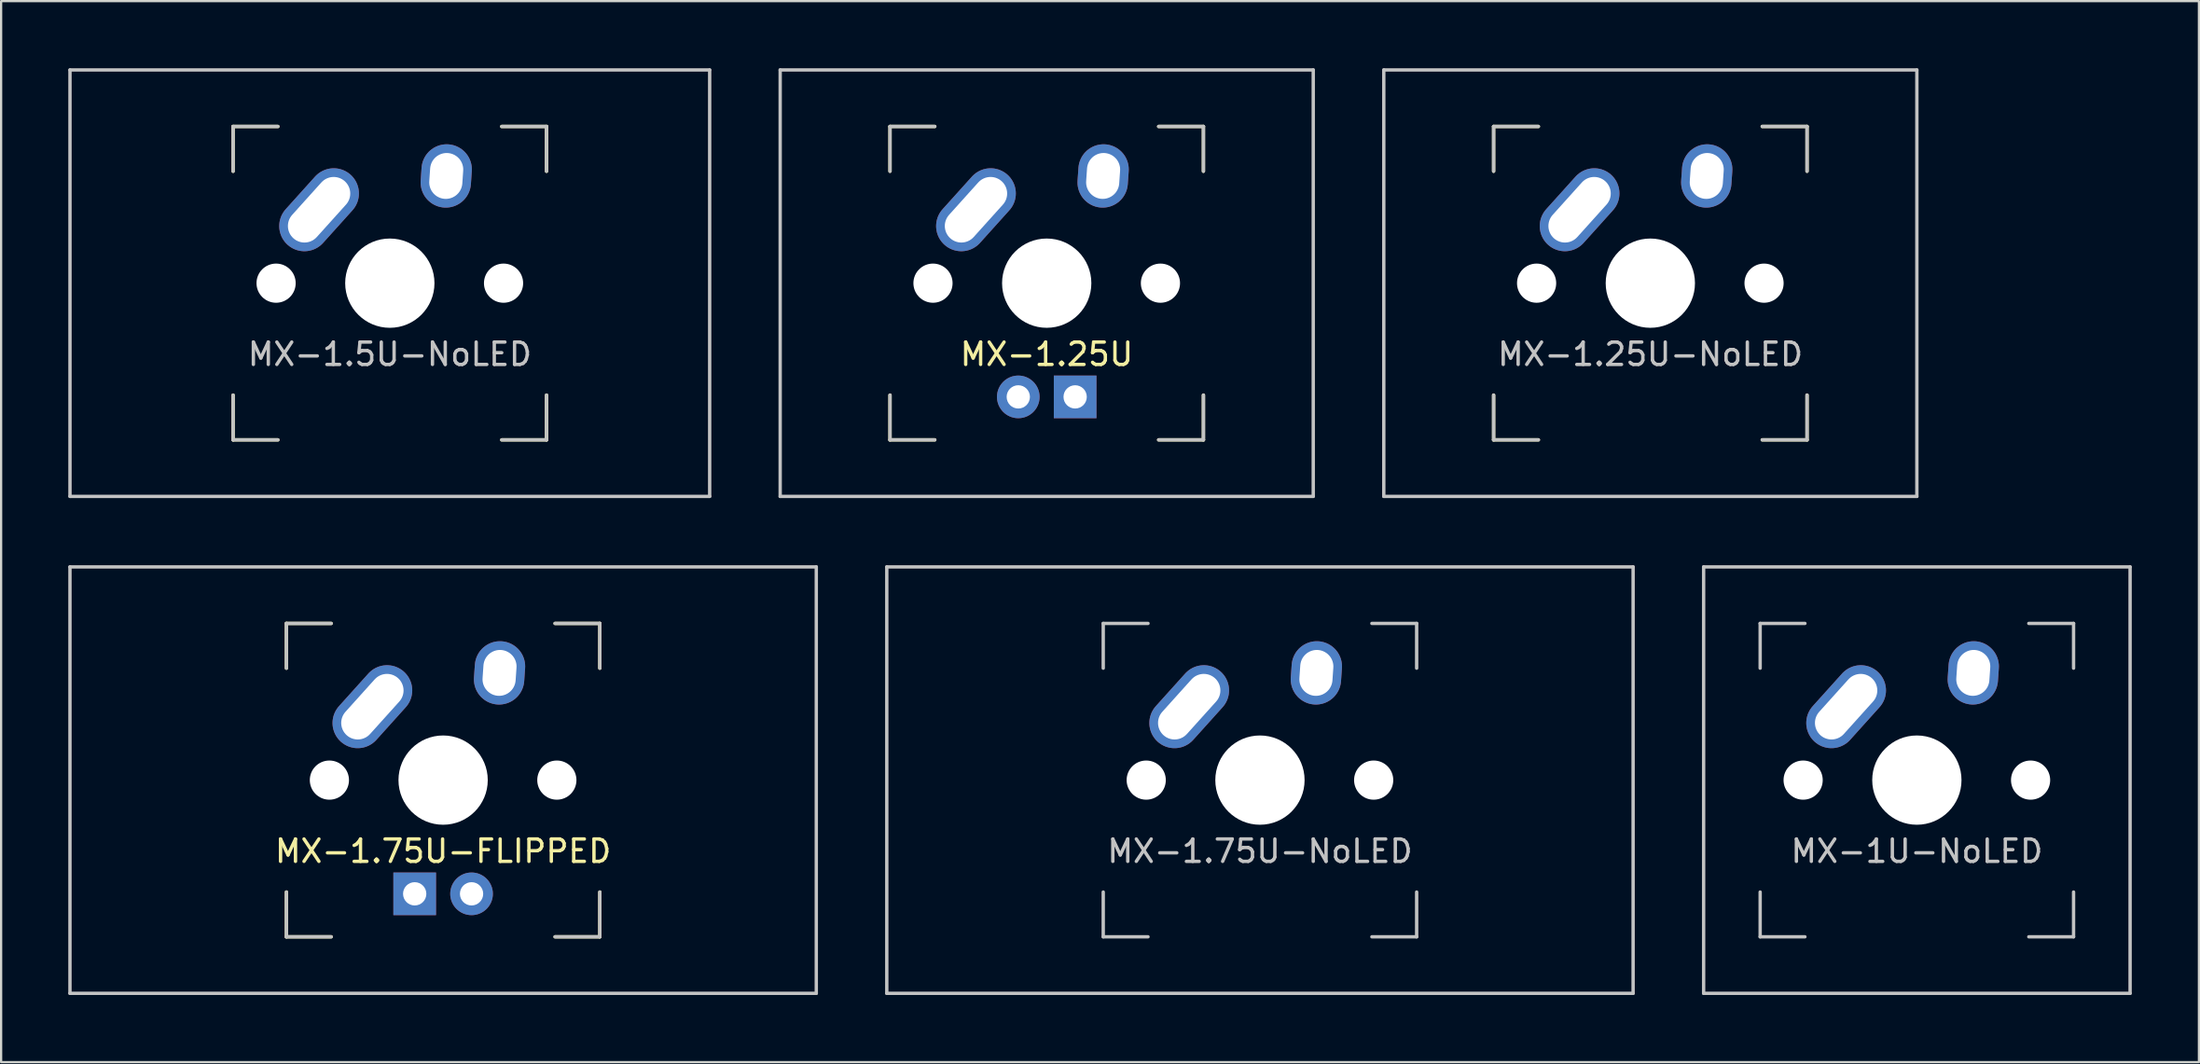
<source format=kicad_pcb>
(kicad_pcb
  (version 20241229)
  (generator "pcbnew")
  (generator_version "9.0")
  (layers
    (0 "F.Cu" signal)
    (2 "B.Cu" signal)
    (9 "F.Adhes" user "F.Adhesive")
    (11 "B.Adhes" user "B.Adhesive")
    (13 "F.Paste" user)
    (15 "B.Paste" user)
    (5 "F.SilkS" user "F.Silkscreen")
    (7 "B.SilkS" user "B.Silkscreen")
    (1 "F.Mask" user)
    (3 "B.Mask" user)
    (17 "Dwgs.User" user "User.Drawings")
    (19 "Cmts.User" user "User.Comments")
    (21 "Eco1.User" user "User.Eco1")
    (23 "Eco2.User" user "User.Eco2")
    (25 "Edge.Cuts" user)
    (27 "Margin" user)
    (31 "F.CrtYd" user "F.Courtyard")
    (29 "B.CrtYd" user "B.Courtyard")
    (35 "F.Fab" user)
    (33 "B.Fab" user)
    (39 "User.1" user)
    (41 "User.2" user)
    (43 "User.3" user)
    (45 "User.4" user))
  (footprint "MX-1.5U-NoLED"
    (layer "F.Cu")
    (at 14.363 9.6)
    (property "Reference" "MX-1.5U-NoLED" (at 0 3.175 0) (layer "Dwgs.User") (effects (font (size 1 1) (thickness 0.15))))
    (attr through_hole)
    (fp_line (start -7 -7) (end -7 -5) (stroke (width 0.15) (type solid)) (layer "F.SilkS"))
    (fp_line (start -7 5) (end -7 7) (stroke (width 0.15) (type solid)) (layer "F.SilkS"))
    (fp_line (start -7 7) (end -5 7) (stroke (width 0.15) (type solid)) (layer "F.SilkS"))
    (fp_line (start -5 -7) (end -7 -7) (stroke (width 0.15) (type solid)) (layer "F.SilkS"))
    (fp_line (start 5 -7) (end 7 -7) (stroke (width 0.15) (type solid)) (layer "F.SilkS"))
    (fp_line (start 5 7) (end 7 7) (stroke (width 0.15) (type solid)) (layer "F.SilkS"))
    (fp_line (start 7 -7) (end 7 -5) (stroke (width 0.15) (type solid)) (layer "F.SilkS"))
    (fp_line (start 7 7) (end 7 5) (stroke (width 0.15) (type solid)) (layer "F.SilkS"))
    (fp_line (start -14.287 -9.525) (end 14.287 -9.525) (stroke (width 0.15) (type solid)) (layer "Dwgs.User"))
    (fp_line (start -14.287 9.525) (end -14.287 -9.525) (stroke (width 0.15) (type solid)) (layer "Dwgs.User"))
    (fp_line (start -7 -7) (end -7 -5) (stroke (width 0.15) (type solid)) (layer "Dwgs.User"))
    (fp_line (start -7 5) (end -7 7) (stroke (width 0.15) (type solid)) (layer "Dwgs.User"))
    (fp_line (start -7 7) (end -5 7) (stroke (width 0.15) (type solid)) (layer "Dwgs.User"))
    (fp_line (start -5 -7) (end -7 -7) (stroke (width 0.15) (type solid)) (layer "Dwgs.User"))
    (fp_line (start 5 -7) (end 7 -7) (stroke (width 0.15) (type solid)) (layer "Dwgs.User"))
    (fp_line (start 5 7) (end 7 7) (stroke (width 0.15) (type solid)) (layer "Dwgs.User"))
    (fp_line (start 7 -7) (end 7 -5) (stroke (width 0.15) (type solid)) (layer "Dwgs.User"))
    (fp_line (start 7 7) (end 7 5) (stroke (width 0.15) (type solid)) (layer "Dwgs.User"))
    (fp_line (start 14.287 -9.525) (end 14.287 9.525) (stroke (width 0.15) (type solid)) (layer "Dwgs.User"))
    (fp_line (start 14.287 9.525) (end -14.287 9.525) (stroke (width 0.15) (type solid)) (layer "Dwgs.User"))
    (pad "" np_thru_hole circle (at -5.08 0 48.1) (size 1.75 1.75) (drill 1.75) (layers "*.Cu" "*.Mask"))
    (pad "" np_thru_hole circle (at 0 0) (size 3.988 3.988) (drill 3.988) (layers "*.Cu" "*.Mask"))
    (pad "" np_thru_hole circle (at 5.08 0 48.1) (size 1.75 1.75) (drill 1.75) (layers "*.Cu" "*.Mask"))
    (pad "1" thru_hole oval (at -3.16 -3.28 48) (size 4.21 2.25) (drill oval 3.43 1.48) (layers "*.Cu" "B.Mask"))
    (pad "2" thru_hole oval (at 2.52 -4.79 86) (size 2.831 2.25) (drill oval 2.051 1.48) (layers "*.Cu" "B.Mask")))
  (footprint "MX-1.25U-NoLED"
    (layer "F.Cu")
    (at 70.669 9.6)
    (property "Reference" "MX-1.25U-NoLED" (at 0 3.175 0) (layer "Dwgs.User") (effects (font (size 1 1) (thickness 0.15))))
    (attr through_hole)
    (fp_line (start -7 -7) (end -7 -5) (stroke (width 0.15) (type solid)) (layer "F.SilkS"))
    (fp_line (start -7 5) (end -7 7) (stroke (width 0.15) (type solid)) (layer "F.SilkS"))
    (fp_line (start -7 7) (end -5 7) (stroke (width 0.15) (type solid)) (layer "F.SilkS"))
    (fp_line (start -5 -7) (end -7 -7) (stroke (width 0.15) (type solid)) (layer "F.SilkS"))
    (fp_line (start 5 -7) (end 7 -7) (stroke (width 0.15) (type solid)) (layer "F.SilkS"))
    (fp_line (start 5 7) (end 7 7) (stroke (width 0.15) (type solid)) (layer "F.SilkS"))
    (fp_line (start 7 -7) (end 7 -5) (stroke (width 0.15) (type solid)) (layer "F.SilkS"))
    (fp_line (start 7 7) (end 7 5) (stroke (width 0.15) (type solid)) (layer "F.SilkS"))
    (fp_line (start -11.906 -9.525) (end 11.906 -9.525) (stroke (width 0.15) (type solid)) (layer "Dwgs.User"))
    (fp_line (start -11.906 9.525) (end -11.906 -9.525) (stroke (width 0.15) (type solid)) (layer "Dwgs.User"))
    (fp_line (start -7 -7) (end -7 -5) (stroke (width 0.15) (type solid)) (layer "Dwgs.User"))
    (fp_line (start -7 5) (end -7 7) (stroke (width 0.15) (type solid)) (layer "Dwgs.User"))
    (fp_line (start -7 7) (end -5 7) (stroke (width 0.15) (type solid)) (layer "Dwgs.User"))
    (fp_line (start -5 -7) (end -7 -7) (stroke (width 0.15) (type solid)) (layer "Dwgs.User"))
    (fp_line (start 5 -7) (end 7 -7) (stroke (width 0.15) (type solid)) (layer "Dwgs.User"))
    (fp_line (start 5 7) (end 7 7) (stroke (width 0.15) (type solid)) (layer "Dwgs.User"))
    (fp_line (start 7 -7) (end 7 -5) (stroke (width 0.15) (type solid)) (layer "Dwgs.User"))
    (fp_line (start 7 7) (end 7 5) (stroke (width 0.15) (type solid)) (layer "Dwgs.User"))
    (fp_line (start 11.906 -9.525) (end 11.906 9.525) (stroke (width 0.15) (type solid)) (layer "Dwgs.User"))
    (fp_line (start 11.906 9.525) (end -11.906 9.525) (stroke (width 0.15) (type solid)) (layer "Dwgs.User"))
    (pad "" np_thru_hole circle (at -5.08 0 48.1) (size 1.75 1.75) (drill 1.75) (layers "*.Cu" "*.Mask"))
    (pad "" np_thru_hole circle (at 0 0) (size 3.988 3.988) (drill 3.988) (layers "*.Cu" "*.Mask"))
    (pad "" np_thru_hole circle (at 5.08 0 48.1) (size 1.75 1.75) (drill 1.75) (layers "*.Cu" "*.Mask"))
    (pad "1" thru_hole oval (at -3.16 -3.28 48) (size 4.21 2.25) (drill oval 3.43 1.48) (layers "*.Cu" "B.Mask"))
    (pad "2" thru_hole oval (at 2.52 -4.79 86) (size 2.831 2.25) (drill oval 2.051 1.48) (layers "*.Cu" "B.Mask")))
  (footprint "MX-1.25U"
    (layer "F.Cu")
    (at 43.706 9.6)
    (property "Reference" "MX-1.25U" (at 0 3.175 0) (layer "F.SilkS") (effects (font (size 1 1) (thickness 0.15))))
    (attr through_hole)
    (fp_line (start -7 -7) (end -7 -5) (stroke (width 0.15) (type solid)) (layer "F.SilkS"))
    (fp_line (start -7 5) (end -7 7) (stroke (width 0.15) (type solid)) (layer "F.SilkS"))
    (fp_line (start -7 7) (end -5 7) (stroke (width 0.15) (type solid)) (layer "F.SilkS"))
    (fp_line (start -5 -7) (end -7 -7) (stroke (width 0.15) (type solid)) (layer "F.SilkS"))
    (fp_line (start 5 -7) (end 7 -7) (stroke (width 0.15) (type solid)) (layer "F.SilkS"))
    (fp_line (start 5 7) (end 7 7) (stroke (width 0.15) (type solid)) (layer "F.SilkS"))
    (fp_line (start 7 -7) (end 7 -5) (stroke (width 0.15) (type solid)) (layer "F.SilkS"))
    (fp_line (start 7 7) (end 7 5) (stroke (width 0.15) (type solid)) (layer "F.SilkS"))
    (fp_line (start -11.906 -9.525) (end 11.906 -9.525) (stroke (width 0.15) (type solid)) (layer "Dwgs.User"))
    (fp_line (start -11.906 9.525) (end -11.906 -9.525) (stroke (width 0.15) (type solid)) (layer "Dwgs.User"))
    (fp_line (start -7 -7) (end -7 -5) (stroke (width 0.15) (type solid)) (layer "Dwgs.User"))
    (fp_line (start -7 5) (end -7 7) (stroke (width 0.15) (type solid)) (layer "Dwgs.User"))
    (fp_line (start -7 7) (end -5 7) (stroke (width 0.15) (type solid)) (layer "Dwgs.User"))
    (fp_line (start -5 -7) (end -7 -7) (stroke (width 0.15) (type solid)) (layer "Dwgs.User"))
    (fp_line (start 5 -7) (end 7 -7) (stroke (width 0.15) (type solid)) (layer "Dwgs.User"))
    (fp_line (start 5 7) (end 7 7) (stroke (width 0.15) (type solid)) (layer "Dwgs.User"))
    (fp_line (start 7 -7) (end 7 -5) (stroke (width 0.15) (type solid)) (layer "Dwgs.User"))
    (fp_line (start 7 7) (end 7 5) (stroke (width 0.15) (type solid)) (layer "Dwgs.User"))
    (fp_line (start 11.906 -9.525) (end 11.906 9.525) (stroke (width 0.15) (type solid)) (layer "Dwgs.User"))
    (fp_line (start 11.906 9.525) (end -11.906 9.525) (stroke (width 0.15) (type solid)) (layer "Dwgs.User"))
    (pad "" np_thru_hole circle (at -5.08 0 48.1) (size 1.75 1.75) (drill 1.75) (layers "*.Cu" "*.Mask"))
    (pad "" np_thru_hole circle (at 0 0) (size 3.988 3.988) (drill 3.988) (layers "*.Cu" "*.Mask"))
    (pad "" np_thru_hole circle (at 5.08 0 48.1) (size 1.75 1.75) (drill 1.75) (layers "*.Cu" "*.Mask"))
    (pad "1" thru_hole oval (at -3.16 -3.28 48) (size 4.21 2.25) (drill oval 3.43 1.48) (layers "*.Cu" "*.Mask"))
    (pad "2" thru_hole oval (at 2.52 -4.79 86) (size 2.831 2.25) (drill oval 2.051 1.48) (layers "*.Cu" "*.Mask"))
    (pad "3" thru_hole circle (at -1.27 5.08) (size 1.905 1.905) (drill 1.04) (layers "*.Cu" "*.Mask"))
    (pad "4" thru_hole rect (at 1.27 5.08) (size 1.905 1.905) (drill 1.04) (layers "*.Cu" "*.Mask")))
  (footprint "MX-1.75U-FLIPPED"
    (layer "F.Cu")
    (at 16.744 31.8)
    (property "Reference" "MX-1.75U-FLIPPED" (at 0 3.175 0) (layer "F.SilkS") (effects (font (size 1 1) (thickness 0.15))))
    (attr through_hole)
    (fp_line (start -7 -7) (end -7 -5) (stroke (width 0.15) (type solid)) (layer "F.SilkS"))
    (fp_line (start -7 5) (end -7 7) (stroke (width 0.15) (type solid)) (layer "F.SilkS"))
    (fp_line (start -7 7) (end -5 7) (stroke (width 0.15) (type solid)) (layer "F.SilkS"))
    (fp_line (start -5 -7) (end -7 -7) (stroke (width 0.15) (type solid)) (layer "F.SilkS"))
    (fp_line (start 5 -7) (end 7 -7) (stroke (width 0.15) (type solid)) (layer "F.SilkS"))
    (fp_line (start 5 7) (end 7 7) (stroke (width 0.15) (type solid)) (layer "F.SilkS"))
    (fp_line (start 7 -7) (end 7 -5) (stroke (width 0.15) (type solid)) (layer "F.SilkS"))
    (fp_line (start 7 7) (end 7 5) (stroke (width 0.15) (type solid)) (layer "F.SilkS"))
    (fp_line (start -16.669 -9.525) (end 16.669 -9.525) (stroke (width 0.15) (type solid)) (layer "Dwgs.User"))
    (fp_line (start -16.669 9.525) (end -16.669 -9.525) (stroke (width 0.15) (type solid)) (layer "Dwgs.User"))
    (fp_line (start -7 -7) (end -7 -5) (stroke (width 0.15) (type solid)) (layer "Dwgs.User"))
    (fp_line (start -7 5) (end -7 7) (stroke (width 0.15) (type solid)) (layer "Dwgs.User"))
    (fp_line (start -7 7) (end -5 7) (stroke (width 0.15) (type solid)) (layer "Dwgs.User"))
    (fp_line (start -5 -7) (end -7 -7) (stroke (width 0.15) (type solid)) (layer "Dwgs.User"))
    (fp_line (start 5 -7) (end 7 -7) (stroke (width 0.15) (type solid)) (layer "Dwgs.User"))
    (fp_line (start 5 7) (end 7 7) (stroke (width 0.15) (type solid)) (layer "Dwgs.User"))
    (fp_line (start 7 -7) (end 7 -5) (stroke (width 0.15) (type solid)) (layer "Dwgs.User"))
    (fp_line (start 7 7) (end 7 5) (stroke (width 0.15) (type solid)) (layer "Dwgs.User"))
    (fp_line (start 16.669 -9.525) (end 16.669 9.525) (stroke (width 0.15) (type solid)) (layer "Dwgs.User"))
    (fp_line (start 16.669 9.525) (end -16.669 9.525) (stroke (width 0.15) (type solid)) (layer "Dwgs.User"))
    (pad "" np_thru_hole circle (at -5.08 0 48.1) (size 1.75 1.75) (drill 1.75) (layers "*.Cu" "*.Mask"))
    (pad "" np_thru_hole circle (at 0 0) (size 3.988 3.988) (drill 3.988) (layers "*.Cu" "*.Mask"))
    (pad "" np_thru_hole circle (at 5.08 0 48.1) (size 1.75 1.75) (drill 1.75) (layers "*.Cu" "*.Mask"))
    (pad "1" thru_hole oval (at -3.16 -3.28 48) (size 4.21 2.25) (drill oval 3.43 1.48) (layers "*.Cu" "*.Mask"))
    (pad "2" thru_hole oval (at 2.52 -4.79 86) (size 2.831 2.25) (drill oval 2.051 1.48) (layers "*.Cu" "*.Mask"))
    (pad "3" thru_hole circle (at 1.27 5.08) (size 1.905 1.905) (drill 1.04) (layers "*.Cu" "*.Mask"))
    (pad "4" thru_hole rect (at -1.27 5.08) (size 1.905 1.905) (drill 1.04) (layers "*.Cu" "*.Mask")))
  (footprint "MX-1U-NoLED"
    (layer "F.Cu")
    (at 82.575 31.8)
    (property "Reference" "MX-1U-NoLED" (at 0 3.175 0) (layer "Dwgs.User") (effects (font (size 1 1) (thickness 0.15))))
    (attr through_hole)
    (fp_line (start -9.525 -9.525) (end 9.525 -9.525) (stroke (width 0.15) (type solid)) (layer "Dwgs.User"))
    (fp_line (start -9.525 9.525) (end -9.525 -9.525) (stroke (width 0.15) (type solid)) (layer "Dwgs.User"))
    (fp_line (start -7 -7) (end -7 -5) (stroke (width 0.15) (type solid)) (layer "Dwgs.User"))
    (fp_line (start -7 5) (end -7 7) (stroke (width 0.15) (type solid)) (layer "Dwgs.User"))
    (fp_line (start -7 7) (end -5 7) (stroke (width 0.15) (type solid)) (layer "Dwgs.User"))
    (fp_line (start -5 -7) (end -7 -7) (stroke (width 0.15) (type solid)) (layer "Dwgs.User"))
    (fp_line (start 5 -7) (end 7 -7) (stroke (width 0.15) (type solid)) (layer "Dwgs.User"))
    (fp_line (start 5 7) (end 7 7) (stroke (width 0.15) (type solid)) (layer "Dwgs.User"))
    (fp_line (start 7 -7) (end 7 -5) (stroke (width 0.15) (type solid)) (layer "Dwgs.User"))
    (fp_line (start 7 7) (end 7 5) (stroke (width 0.15) (type solid)) (layer "Dwgs.User"))
    (fp_line (start 9.525 -9.525) (end 9.525 9.525) (stroke (width 0.15) (type solid)) (layer "Dwgs.User"))
    (fp_line (start 9.525 9.525) (end -9.525 9.525) (stroke (width 0.15) (type solid)) (layer "Dwgs.User"))
    (pad "" np_thru_hole circle (at -5.08 0 48.1) (size 1.75 1.75) (drill 1.75) (layers "*.Cu" "*.Mask"))
    (pad "" np_thru_hole circle (at 0 0) (size 3.988 3.988) (drill 3.988) (layers "*.Cu" "*.Mask"))
    (pad "" np_thru_hole circle (at 5.08 0 48.1) (size 1.75 1.75) (drill 1.75) (layers "*.Cu" "*.Mask"))
    (pad "1" thru_hole oval (at -3.16 -3.28 48) (size 4.21 2.25) (drill oval 3.43 1.48) (layers "*.Cu" "B.Mask"))
    (pad "2" thru_hole oval (at 2.52 -4.79 86) (size 2.831 2.25) (drill oval 2.051 1.48) (layers "*.Cu" "B.Mask")))
  (footprint "MX-1.75U-NoLED"
    (layer "F.Cu")
    (at 53.231 31.8)
    (property "Reference" "MX-1.75U-NoLED" (at 0 3.175 0) (layer "Dwgs.User") (effects (font (size 1 1) (thickness 0.15))))
    (attr through_hole)
    (fp_line (start -16.669 -9.525) (end 16.669 -9.525) (stroke (width 0.15) (type solid)) (layer "Dwgs.User"))
    (fp_line (start -16.669 9.525) (end -16.669 -9.525) (stroke (width 0.15) (type solid)) (layer "Dwgs.User"))
    (fp_line (start -7 -7) (end -7 -5) (stroke (width 0.15) (type solid)) (layer "Dwgs.User"))
    (fp_line (start -7 5) (end -7 7) (stroke (width 0.15) (type solid)) (layer "Dwgs.User"))
    (fp_line (start -7 7) (end -5 7) (stroke (width 0.15) (type solid)) (layer "Dwgs.User"))
    (fp_line (start -5 -7) (end -7 -7) (stroke (width 0.15) (type solid)) (layer "Dwgs.User"))
    (fp_line (start 5 -7) (end 7 -7) (stroke (width 0.15) (type solid)) (layer "Dwgs.User"))
    (fp_line (start 5 7) (end 7 7) (stroke (width 0.15) (type solid)) (layer "Dwgs.User"))
    (fp_line (start 7 -7) (end 7 -5) (stroke (width 0.15) (type solid)) (layer "Dwgs.User"))
    (fp_line (start 7 7) (end 7 5) (stroke (width 0.15) (type solid)) (layer "Dwgs.User"))
    (fp_line (start 16.669 -9.525) (end 16.669 9.525) (stroke (width 0.15) (type solid)) (layer "Dwgs.User"))
    (fp_line (start 16.669 9.525) (end -16.669 9.525) (stroke (width 0.15) (type solid)) (layer "Dwgs.User"))
    (pad "" np_thru_hole circle (at -5.08 0 48.1) (size 1.75 1.75) (drill 1.75) (layers "*.Cu" "*.Mask"))
    (pad "" np_thru_hole circle (at 0 0) (size 3.988 3.988) (drill 3.988) (layers "*.Cu" "*.Mask"))
    (pad "" np_thru_hole circle (at 5.08 0 48.1) (size 1.75 1.75) (drill 1.75) (layers "*.Cu" "*.Mask"))
    (pad "1" thru_hole oval (at -3.16 -3.28 48) (size 4.21 2.25) (drill oval 3.43 1.48) (layers "*.Cu" "B.Mask"))
    (pad "2" thru_hole oval (at 2.52 -4.79 86) (size 2.831 2.25) (drill oval 2.051 1.48) (layers "*.Cu" "B.Mask")))
  (gr_rect
    (start -3 -3)
    (end 95.175 44.4)
    (stroke (width 0.1) (type default))
    (fill no)
    (layer "Edge.Cuts")))
</source>
